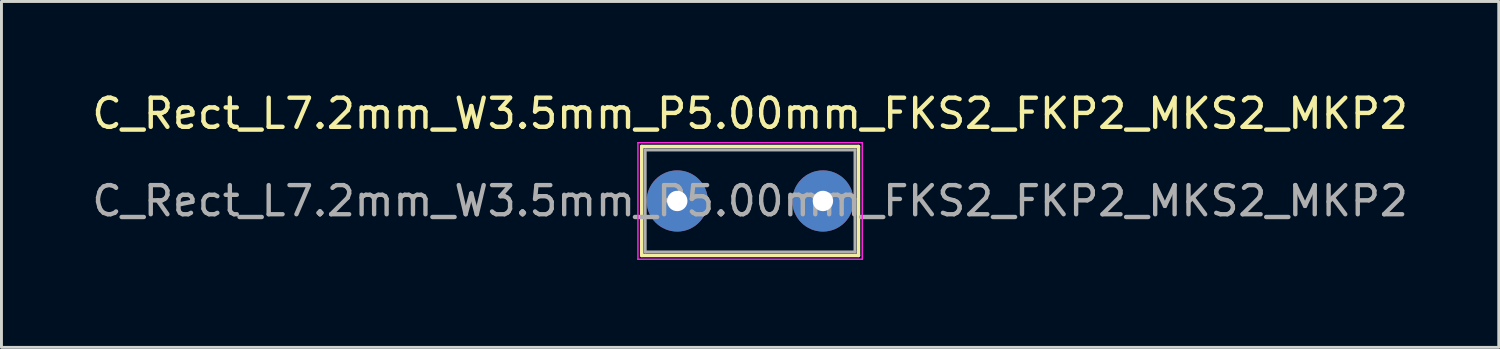
<source format=kicad_pcb>
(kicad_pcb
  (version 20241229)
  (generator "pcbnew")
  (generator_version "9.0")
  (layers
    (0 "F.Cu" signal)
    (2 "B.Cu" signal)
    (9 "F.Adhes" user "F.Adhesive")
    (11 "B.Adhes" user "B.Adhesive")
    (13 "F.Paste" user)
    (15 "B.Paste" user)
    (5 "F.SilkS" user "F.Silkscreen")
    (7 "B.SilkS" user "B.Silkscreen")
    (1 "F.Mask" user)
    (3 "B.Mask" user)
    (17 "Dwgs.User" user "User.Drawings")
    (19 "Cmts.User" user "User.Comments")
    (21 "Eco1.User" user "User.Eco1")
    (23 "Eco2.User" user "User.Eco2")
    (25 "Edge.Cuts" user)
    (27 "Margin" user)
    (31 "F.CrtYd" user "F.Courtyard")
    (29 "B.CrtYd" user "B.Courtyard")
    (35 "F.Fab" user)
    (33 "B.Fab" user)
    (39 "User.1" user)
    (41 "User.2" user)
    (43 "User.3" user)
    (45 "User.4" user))
  (footprint "C_Rect_L7.2mm_W3.5mm_P5.00mm_FKS2_FKP2_MKS2_MKP2"
    (layer "F.Cu")
    (at 20.196 3.848)
    (property "Reference" "C_Rect_L7.2mm_W3.5mm_P5.00mm_FKS2_FKP2_MKS2_MKP2" (at 2.5 -3 0) (layer "F.SilkS") (effects (font (size 1 1) (thickness 0.15))))
    (attr through_hole)
    (fp_line (start -1.22 -1.87) (end -1.22 1.87) (stroke (width 0.12) (type solid)) (layer "F.SilkS"))
    (fp_line (start -1.22 -1.87) (end 6.22 -1.87) (stroke (width 0.12) (type solid)) (layer "F.SilkS"))
    (fp_line (start -1.22 1.87) (end 6.22 1.87) (stroke (width 0.12) (type solid)) (layer "F.SilkS"))
    (fp_line (start 6.22 -1.87) (end 6.22 1.87) (stroke (width 0.12) (type solid)) (layer "F.SilkS"))
    (fp_line (start -1.35 -2) (end -1.35 2) (stroke (width 0.05) (type solid)) (layer "F.CrtYd"))
    (fp_line (start -1.35 2) (end 6.35 2) (stroke (width 0.05) (type solid)) (layer "F.CrtYd"))
    (fp_line (start 6.35 -2) (end -1.35 -2) (stroke (width 0.05) (type solid)) (layer "F.CrtYd"))
    (fp_line (start 6.35 2) (end 6.35 -2) (stroke (width 0.05) (type solid)) (layer "F.CrtYd"))
    (fp_line (start -1.1 -1.75) (end -1.1 1.75) (stroke (width 0.1) (type solid)) (layer "F.Fab"))
    (fp_line (start -1.1 1.75) (end 6.1 1.75) (stroke (width 0.1) (type solid)) (layer "F.Fab"))
    (fp_line (start 6.1 -1.75) (end -1.1 -1.75) (stroke (width 0.1) (type solid)) (layer "F.Fab"))
    (fp_line (start 6.1 1.75) (end 6.1 -1.75) (stroke (width 0.1) (type solid)) (layer "F.Fab"))
    (fp_text user "${REFERENCE}" (at 2.5 0 0) (layer "F.Fab") (effects (font (size 1 1) (thickness 0.15))))
    (pad "1" thru_hole circle (at 0 0) (size 2.1 2.1) (drill 0.7) (layers "*.Cu" "*.Mask"))
    (pad "2" thru_hole circle (at 5 0) (size 2.1 2.1) (drill 0.7) (layers "*.Cu" "*.Mask")))
  (gr_rect
    (start -3 -3)
    (end 48.393 8.873)
    (stroke (width 0.1) (type default))
    (fill no)
    (layer "Edge.Cuts")))
</source>
